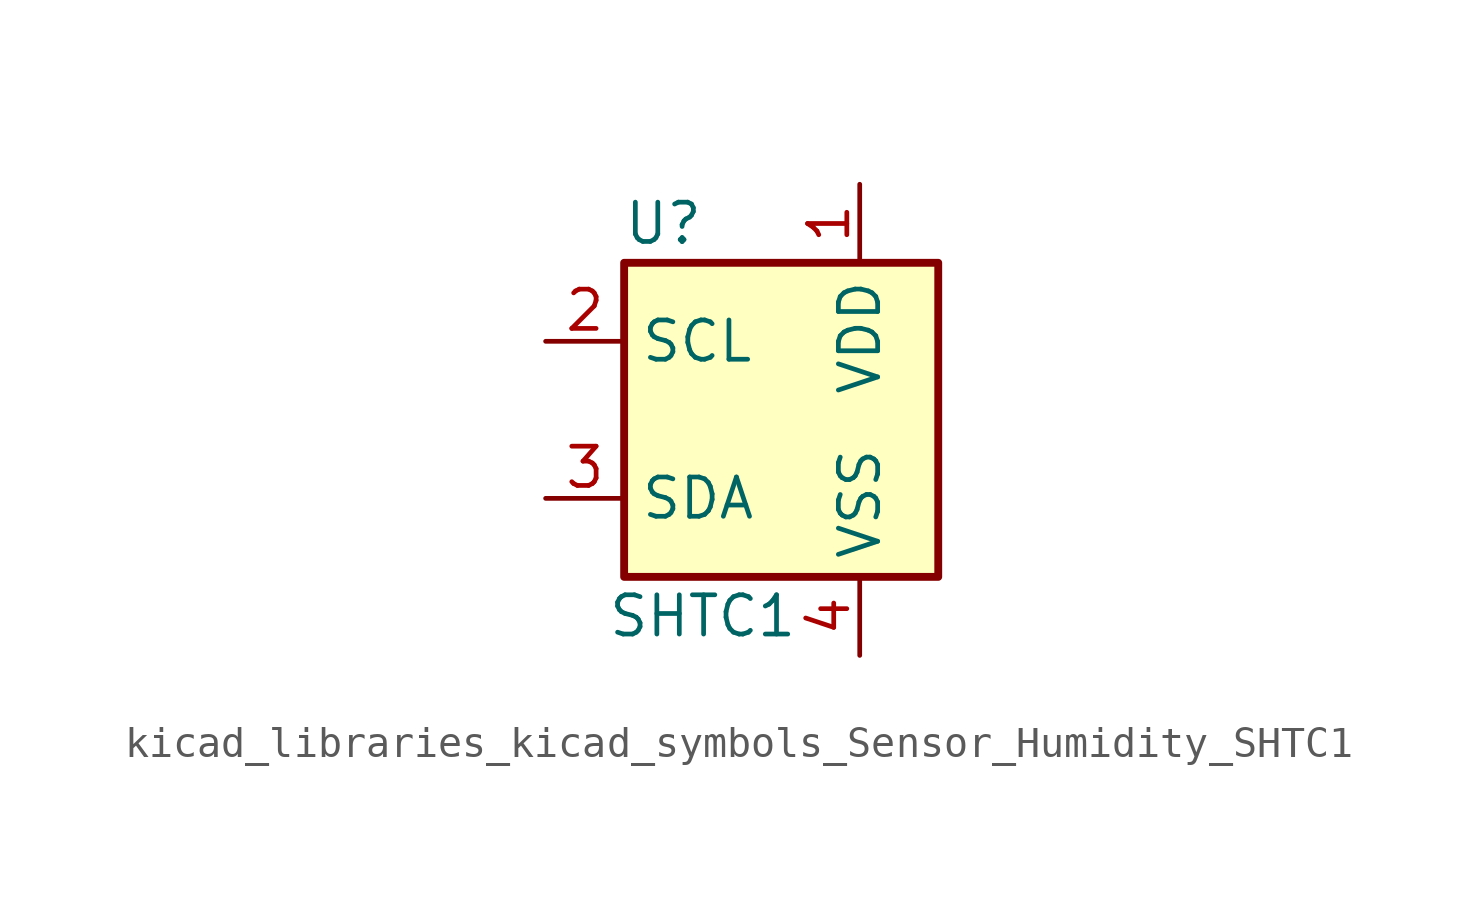
<source format=kicad_sym>
(kicad_symbol_lib
  (version 20220914)
  (generator kicad_symbol_editor)
  (symbol "kicad_libraries_kicad_symbols_Sensor_Humidity_SHTC1"
    (property "Reference" "U"
      (at -3.81 6.35 0)
      (effects (font (size 1.27 1.27))))
    (property "Value" "SHTC1"
      (at -2.54 -6.35 0)
      (effects (font (size 1.27 1.27))))
    (symbol "kicad_libraries_kicad_symbols_Sensor_Humidity_SHTC1_1_1"
      (rectangle (start -5.08 5.08) (end 5.08 -5.08) (stroke (width 0.254) (type default)) (fill (type background)))
      (pin power_in line (at 2.54 7.62 270) (length 2.54) (name "VDD" (effects (font (size 1.27 1.27)))) (number "1" (effects (font (size 1.27 1.27)))))
      (pin input line (at -7.62 2.54 0) (length 2.54) (name "SCL" (effects (font (size 1.27 1.27)))) (number "2" (effects (font (size 1.27 1.27)))))
      (pin bidirectional line (at -7.62 -2.54 0) (length 2.54) (name "SDA" (effects (font (size 1.27 1.27)))) (number "3" (effects (font (size 1.27 1.27)))))
      (pin power_in line (at 2.54 -7.62 90) (length 2.54) (name "VSS" (effects (font (size 1.27 1.27)))) (number "4" (effects (font (size 1.27 1.27)))))
      (pin no_connect line (at 5.08 0 180) (length 2.54) hide (name "NC" (effects (font (size 1.27 1.27)))) (number "5" (effects (font (size 1.27 1.27))))))))
</source>
